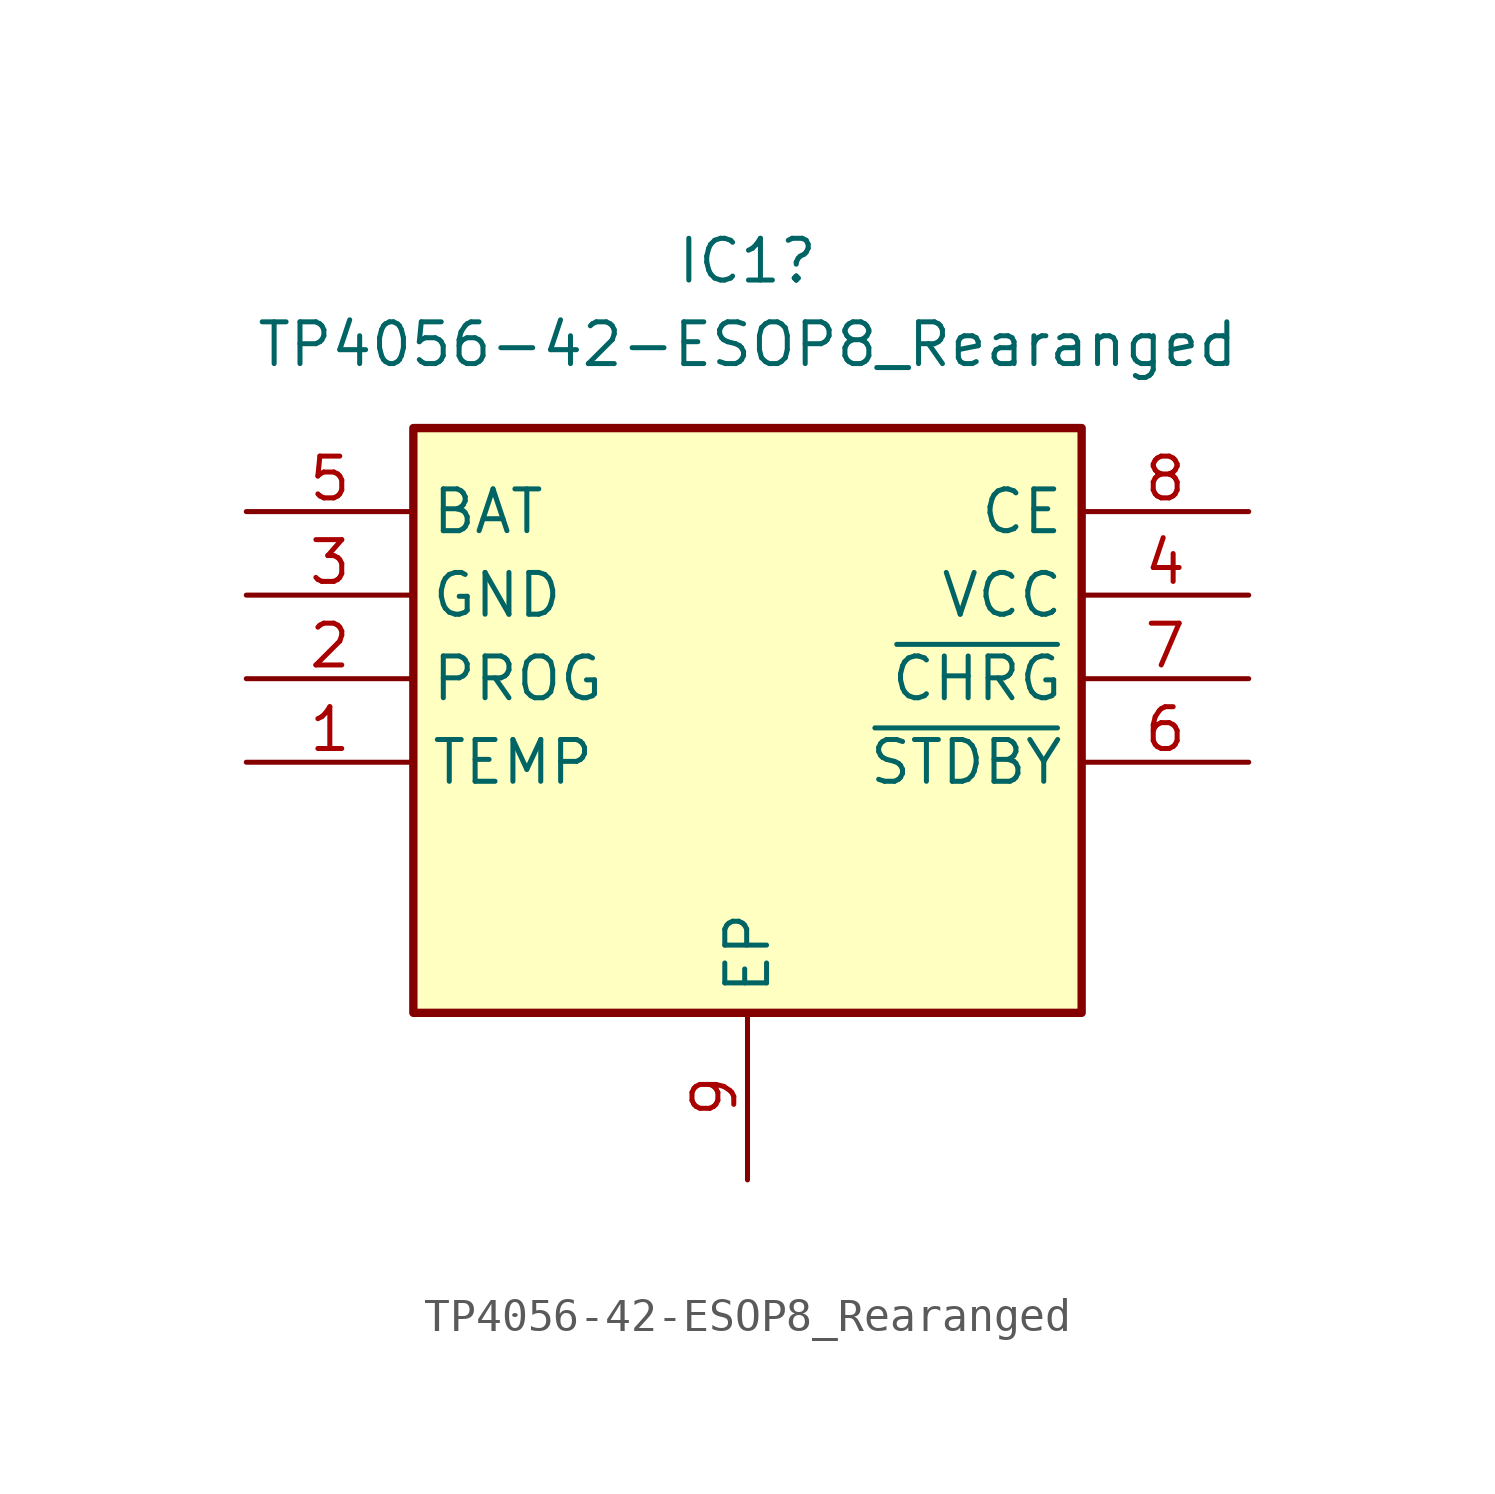
<source format=kicad_sym>
(kicad_symbol_lib
  (version 20220914)
  (generator kicad_symbol_editor)
  (symbol "TP4056-42-ESOP8_Rearanged"
    (property "Reference" "IC1"
      (at 15.24 7.62 0)
      (effects (font (size 1.27 1.27))))
    (property "Value" "TP4056-42-ESOP8_Rearanged"
      (at 15.24 5.08 0)
      (effects (font (size 1.27 1.27))))
    (symbol "TP4056-42-ESOP8_Rearanged_1_1"
      (rectangle (start 5.08 2.54) (end 25.4 -15.24) (stroke (width 0.254) (type default)) (fill (type background)))
      (pin passive line (at 0 -7.62 0) (length 5.08) (name "TEMP" (effects (font (size 1.27 1.27)))) (number "1" (effects (font (size 1.27 1.27)))))
      (pin passive line (at 0 -5.08 0) (length 5.08) (name "PROG" (effects (font (size 1.27 1.27)))) (number "2" (effects (font (size 1.27 1.27)))))
      (pin passive line (at 0 -2.54 0) (length 5.08) (name "GND" (effects (font (size 1.27 1.27)))) (number "3" (effects (font (size 1.27 1.27)))))
      (pin passive line (at 30.48 -2.54 180) (length 5.08) (name "VCC" (effects (font (size 1.27 1.27)))) (number "4" (effects (font (size 1.27 1.27)))))
      (pin passive line (at 0 0 0) (length 5.08) (name "BAT" (effects (font (size 1.27 1.27)))) (number "5" (effects (font (size 1.27 1.27)))))
      (pin passive line (at 30.48 -7.62 180) (length 5.08) (name "~{STDBY}" (effects (font (size 1.27 1.27)))) (number "6" (effects (font (size 1.27 1.27)))))
      (pin passive line (at 30.48 -5.08 180) (length 5.08) (name "~{CHRG}" (effects (font (size 1.27 1.27)))) (number "7" (effects (font (size 1.27 1.27)))))
      (pin passive line (at 30.48 0 180) (length 5.08) (name "CE" (effects (font (size 1.27 1.27)))) (number "8" (effects (font (size 1.27 1.27)))))
      (pin passive line (at 15.24 -20.32 90) (length 5.08) (name "EP" (effects (font (size 1.27 1.27)))) (number "9" (effects (font (size 1.27 1.27))))))))
</source>
